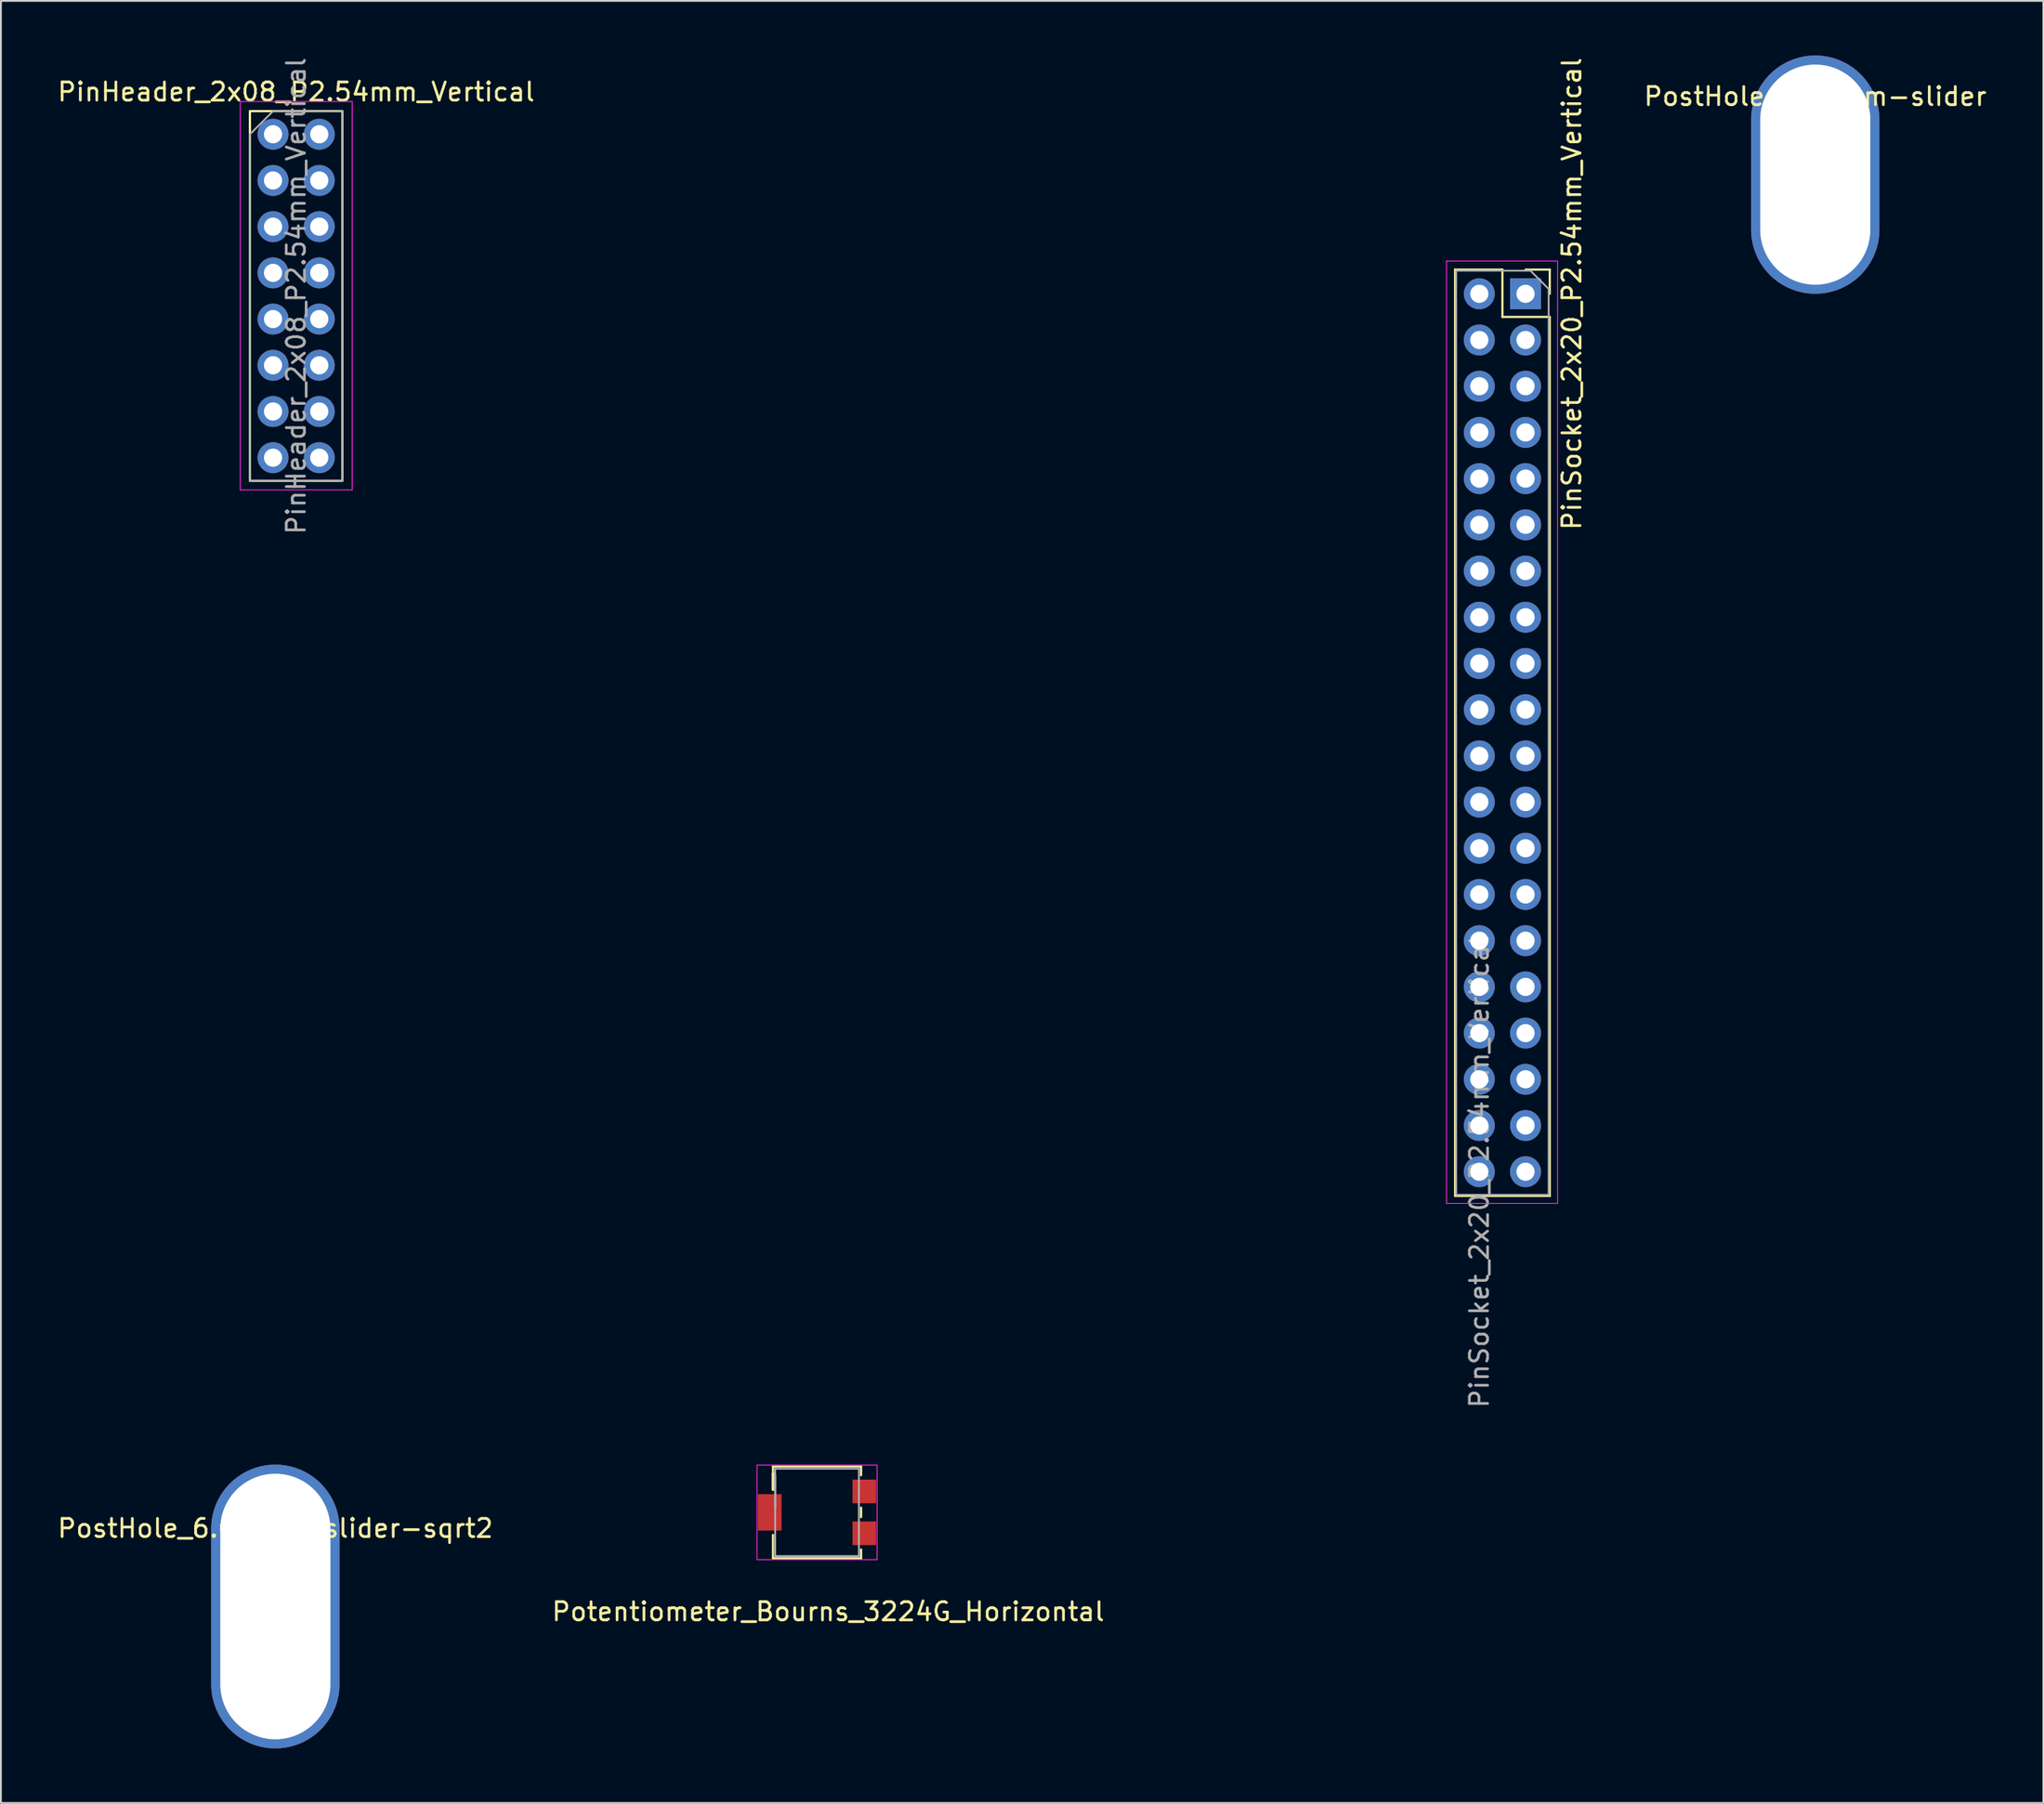
<source format=kicad_pcb>
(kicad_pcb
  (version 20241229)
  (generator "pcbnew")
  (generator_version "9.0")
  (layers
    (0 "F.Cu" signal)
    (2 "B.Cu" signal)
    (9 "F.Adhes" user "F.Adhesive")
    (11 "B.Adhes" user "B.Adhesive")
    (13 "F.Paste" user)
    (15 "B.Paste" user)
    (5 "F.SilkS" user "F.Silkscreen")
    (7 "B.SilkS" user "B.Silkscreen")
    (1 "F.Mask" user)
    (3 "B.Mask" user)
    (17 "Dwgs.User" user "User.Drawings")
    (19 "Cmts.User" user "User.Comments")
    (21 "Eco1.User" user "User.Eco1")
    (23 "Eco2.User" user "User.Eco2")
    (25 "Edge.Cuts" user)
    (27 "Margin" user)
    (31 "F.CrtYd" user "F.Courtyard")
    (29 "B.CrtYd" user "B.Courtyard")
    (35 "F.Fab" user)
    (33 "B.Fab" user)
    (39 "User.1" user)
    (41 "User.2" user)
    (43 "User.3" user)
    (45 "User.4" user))
  (footprint "PinHeader_2x08_P2.54mm_Vertical"
    (layer "F.Cu")
    (at 11.95 4.33)
    (property "Reference" "PinHeader_2x08_P2.54mm_Vertical" (at 1.27 -2.33 0) (layer "F.SilkS") (effects (font (size 1 1) (thickness 0.15))))
    (attr through_hole)
    (fp_rect (start 3.81 -1.27) (end -1.27 19.05) (stroke (width 0.127) (type solid)) (fill no) (layer "F.SilkS"))
    (fp_line (start -1.8 -1.8) (end -1.8 19.55) (stroke (width 0.05) (type solid)) (layer "F.CrtYd"))
    (fp_line (start -1.8 19.55) (end 4.35 19.55) (stroke (width 0.05) (type solid)) (layer "F.CrtYd"))
    (fp_line (start 4.35 -1.8) (end -1.8 -1.8) (stroke (width 0.05) (type solid)) (layer "F.CrtYd"))
    (fp_line (start 4.35 19.55) (end 4.35 -1.8) (stroke (width 0.05) (type solid)) (layer "F.CrtYd"))
    (fp_line (start -1.27 0) (end 0 -1.27) (stroke (width 0.1) (type solid)) (layer "F.Fab"))
    (fp_line (start -1.27 19.05) (end -1.27 0) (stroke (width 0.1) (type solid)) (layer "F.Fab"))
    (fp_line (start 0 -1.27) (end 3.81 -1.27) (stroke (width 0.1) (type solid)) (layer "F.Fab"))
    (fp_line (start 3.81 -1.27) (end 3.81 19.05) (stroke (width 0.1) (type solid)) (layer "F.Fab"))
    (fp_line (start 3.81 19.05) (end -1.27 19.05) (stroke (width 0.1) (type solid)) (layer "F.Fab"))
    (fp_text user "${REFERENCE}" (at 1.27 8.89 90) (layer "F.Fab") (effects (font (size 1 1) (thickness 0.15))))
    (pad "1" thru_hole oval (at 0 0) (size 1.7 1.7) (drill 1) (layers "*.Cu" "*.Mask"))
    (pad "2" thru_hole oval (at 2.54 0) (size 1.7 1.7) (drill 1) (layers "*.Cu" "*.Mask"))
    (pad "3" thru_hole oval (at 0 2.54) (size 1.7 1.7) (drill 1) (layers "*.Cu" "*.Mask"))
    (pad "4" thru_hole oval (at 2.54 2.54) (size 1.7 1.7) (drill 1) (layers "*.Cu" "*.Mask"))
    (pad "5" thru_hole oval (at 0 5.08) (size 1.7 1.7) (drill 1) (layers "*.Cu" "*.Mask"))
    (pad "6" thru_hole oval (at 2.54 5.08) (size 1.7 1.7) (drill 1) (layers "*.Cu" "*.Mask"))
    (pad "7" thru_hole oval (at 0 7.62) (size 1.7 1.7) (drill 1) (layers "*.Cu" "*.Mask"))
    (pad "8" thru_hole oval (at 2.54 7.62) (size 1.7 1.7) (drill 1) (layers "*.Cu" "*.Mask"))
    (pad "9" thru_hole oval (at 0 10.16) (size 1.7 1.7) (drill 1) (layers "*.Cu" "*.Mask"))
    (pad "10" thru_hole oval (at 2.54 10.16) (size 1.7 1.7) (drill 1) (layers "*.Cu" "*.Mask"))
    (pad "11" thru_hole oval (at 0 12.7) (size 1.7 1.7) (drill 1) (layers "*.Cu" "*.Mask"))
    (pad "12" thru_hole oval (at 2.54 12.7) (size 1.7 1.7) (drill 1) (layers "*.Cu" "*.Mask"))
    (pad "13" thru_hole oval (at 0 15.24) (size 1.7 1.7) (drill 1) (layers "*.Cu" "*.Mask"))
    (pad "14" thru_hole oval (at 2.54 15.24) (size 1.7 1.7) (drill 1) (layers "*.Cu" "*.Mask"))
    (pad "15" thru_hole oval (at 0 17.78) (size 1.7 1.7) (drill 1) (layers "*.Cu" "*.Mask"))
    (pad "16" thru_hole oval (at 2.54 17.78) (size 1.7 1.7) (drill 1) (layers "*.Cu" "*.Mask")))
  (footprint "PinSocket_2x20_P2.54mm_Vertical"
    (layer "F.Cu")
    (at 79.49 37.231)
    (property "Reference" "PinSocket_2x20_P2.54mm_Vertical" (at 3.81 -24.13 90) (layer "F.SilkS") (effects (font (size 1 1) (thickness 0.15))))
    (attr through_hole)
    (fp_line (start -2.6 -25.46) (end -2.6 25.46) (stroke (width 0.12) (type solid)) (layer "F.SilkS"))
    (fp_line (start -2.6 -25.46) (end 0 -25.46) (stroke (width 0.12) (type solid)) (layer "F.SilkS"))
    (fp_line (start -2.6 25.46) (end 2.6 25.46) (stroke (width 0.12) (type solid)) (layer "F.SilkS"))
    (fp_line (start 0 -25.46) (end 0 -22.86) (stroke (width 0.12) (type solid)) (layer "F.SilkS"))
    (fp_line (start 0 -22.86) (end 2.6 -22.86) (stroke (width 0.12) (type solid)) (layer "F.SilkS"))
    (fp_line (start 1.27 -25.46) (end 2.6 -25.46) (stroke (width 0.12) (type solid)) (layer "F.SilkS"))
    (fp_line (start 2.6 -25.46) (end 2.6 -24.13) (stroke (width 0.12) (type solid)) (layer "F.SilkS"))
    (fp_line (start 2.6 -22.86) (end 2.6 25.46) (stroke (width 0.12) (type solid)) (layer "F.SilkS"))
    (fp_line (start -3.07 -25.93) (end 3.03 -25.93) (stroke (width 0.05) (type solid)) (layer "F.CrtYd"))
    (fp_line (start -3.07 25.87) (end -3.07 -25.93) (stroke (width 0.05) (type solid)) (layer "F.CrtYd"))
    (fp_line (start 3.03 -25.93) (end 3.03 25.87) (stroke (width 0.05) (type solid)) (layer "F.CrtYd"))
    (fp_line (start 3.03 25.87) (end -3.07 25.87) (stroke (width 0.05) (type solid)) (layer "F.CrtYd"))
    (fp_line (start -2.54 -25.4) (end 1.54 -25.4) (stroke (width 0.1) (type solid)) (layer "F.Fab"))
    (fp_line (start -2.54 25.4) (end -2.54 -25.4) (stroke (width 0.1) (type solid)) (layer "F.Fab"))
    (fp_line (start 1.54 -25.4) (end 2.54 -24.4) (stroke (width 0.1) (type solid)) (layer "F.Fab"))
    (fp_line (start 2.54 -24.4) (end 2.54 25.4) (stroke (width 0.1) (type solid)) (layer "F.Fab"))
    (fp_line (start 2.54 25.4) (end -2.54 25.4) (stroke (width 0.1) (type solid)) (layer "F.Fab"))
    (fp_circle (center -49 -29) (end -48 -29) (stroke (width 0.1) (type default)) (fill no) (layer "User.1"))
    (fp_circle (center -49 29) (end -48 29) (stroke (width 0.1) (type default)) (fill no) (layer "User.1"))
    (fp_circle (center -23 -29) (end -22 -29) (stroke (width 0.1) (type default)) (fill no) (layer "User.1"))
    (fp_circle (center -23 29) (end -22 29) (stroke (width 0.1) (type default)) (fill no) (layer "User.1"))
    (fp_circle (center 0 -29) (end 1 -29) (stroke (width 0.1) (type default)) (fill no) (layer "User.1"))
    (fp_circle (center 0 29) (end 1 29) (stroke (width 0.1) (type default)) (fill no) (layer "User.1"))
    (fp_text user "${REFERENCE}" (at -1.27 24.13 90) (layer "F.Fab") (effects (font (size 1 1) (thickness 0.15))))
    (pad "1" thru_hole rect (at 1.27 -24.13) (size 1.7 1.7) (drill 1) (layers "*.Cu" "*.Mask"))
    (pad "2" thru_hole oval (at -1.27 -24.13) (size 1.7 1.7) (drill 1) (layers "*.Cu" "*.Mask"))
    (pad "3" thru_hole oval (at 1.27 -21.59) (size 1.7 1.7) (drill 1) (layers "*.Cu" "*.Mask"))
    (pad "4" thru_hole oval (at -1.27 -21.59) (size 1.7 1.7) (drill 1) (layers "*.Cu" "*.Mask"))
    (pad "5" thru_hole oval (at 1.27 -19.05) (size 1.7 1.7) (drill 1) (layers "*.Cu" "*.Mask"))
    (pad "6" thru_hole oval (at -1.27 -19.05) (size 1.7 1.7) (drill 1) (layers "*.Cu" "*.Mask"))
    (pad "7" thru_hole oval (at 1.27 -16.51) (size 1.7 1.7) (drill 1) (layers "*.Cu" "*.Mask"))
    (pad "8" thru_hole oval (at -1.27 -16.51) (size 1.7 1.7) (drill 1) (layers "*.Cu" "*.Mask"))
    (pad "9" thru_hole oval (at 1.27 -13.97) (size 1.7 1.7) (drill 1) (layers "*.Cu" "*.Mask"))
    (pad "10" thru_hole oval (at -1.27 -13.97) (size 1.7 1.7) (drill 1) (layers "*.Cu" "*.Mask"))
    (pad "11" thru_hole oval (at 1.27 -11.43) (size 1.7 1.7) (drill 1) (layers "*.Cu" "*.Mask"))
    (pad "12" thru_hole oval (at -1.27 -11.43) (size 1.7 1.7) (drill 1) (layers "*.Cu" "*.Mask"))
    (pad "13" thru_hole oval (at 1.27 -8.89) (size 1.7 1.7) (drill 1) (layers "*.Cu" "*.Mask"))
    (pad "14" thru_hole oval (at -1.27 -8.89) (size 1.7 1.7) (drill 1) (layers "*.Cu" "*.Mask"))
    (pad "15" thru_hole oval (at 1.27 -6.35) (size 1.7 1.7) (drill 1) (layers "*.Cu" "*.Mask"))
    (pad "16" thru_hole oval (at -1.27 -6.35) (size 1.7 1.7) (drill 1) (layers "*.Cu" "*.Mask"))
    (pad "17" thru_hole oval (at 1.27 -3.81) (size 1.7 1.7) (drill 1) (layers "*.Cu" "*.Mask"))
    (pad "18" thru_hole oval (at -1.27 -3.81) (size 1.7 1.7) (drill 1) (layers "*.Cu" "*.Mask"))
    (pad "19" thru_hole oval (at 1.27 -1.27) (size 1.7 1.7) (drill 1) (layers "*.Cu" "*.Mask"))
    (pad "20" thru_hole oval (at -1.27 -1.27) (size 1.7 1.7) (drill 1) (layers "*.Cu" "*.Mask"))
    (pad "21" thru_hole oval (at 1.27 1.27) (size 1.7 1.7) (drill 1) (layers "*.Cu" "*.Mask"))
    (pad "22" thru_hole oval (at -1.27 1.27) (size 1.7 1.7) (drill 1) (layers "*.Cu" "*.Mask"))
    (pad "23" thru_hole oval (at 1.27 3.81) (size 1.7 1.7) (drill 1) (layers "*.Cu" "*.Mask"))
    (pad "24" thru_hole oval (at -1.27 3.81) (size 1.7 1.7) (drill 1) (layers "*.Cu" "*.Mask"))
    (pad "25" thru_hole oval (at 1.27 6.35) (size 1.7 1.7) (drill 1) (layers "*.Cu" "*.Mask"))
    (pad "26" thru_hole oval (at -1.27 6.35) (size 1.7 1.7) (drill 1) (layers "*.Cu" "*.Mask"))
    (pad "27" thru_hole oval (at 1.27 8.89) (size 1.7 1.7) (drill 1) (layers "*.Cu" "*.Mask"))
    (pad "28" thru_hole oval (at -1.27 8.89) (size 1.7 1.7) (drill 1) (layers "*.Cu" "*.Mask"))
    (pad "29" thru_hole oval (at 1.27 11.43) (size 1.7 1.7) (drill 1) (layers "*.Cu" "*.Mask"))
    (pad "30" thru_hole oval (at -1.27 11.43) (size 1.7 1.7) (drill 1) (layers "*.Cu" "*.Mask"))
    (pad "31" thru_hole oval (at 1.27 13.97) (size 1.7 1.7) (drill 1) (layers "*.Cu" "*.Mask"))
    (pad "32" thru_hole oval (at -1.27 13.97) (size 1.7 1.7) (drill 1) (layers "*.Cu" "*.Mask"))
    (pad "33" thru_hole oval (at 1.27 16.51) (size 1.7 1.7) (drill 1) (layers "*.Cu" "*.Mask"))
    (pad "34" thru_hole oval (at -1.27 16.51) (size 1.7 1.7) (drill 1) (layers "*.Cu" "*.Mask"))
    (pad "35" thru_hole oval (at 1.27 19.05) (size 1.7 1.7) (drill 1) (layers "*.Cu" "*.Mask"))
    (pad "36" thru_hole oval (at -1.27 19.05) (size 1.7 1.7) (drill 1) (layers "*.Cu" "*.Mask"))
    (pad "37" thru_hole oval (at 1.27 21.59) (size 1.7 1.7) (drill 1) (layers "*.Cu" "*.Mask"))
    (pad "38" thru_hole oval (at -1.27 21.59) (size 1.7 1.7) (drill 1) (layers "*.Cu" "*.Mask"))
    (pad "39" thru_hole oval (at 1.27 24.13) (size 1.7 1.7) (drill 1) (layers "*.Cu" "*.Mask"))
    (pad "40" thru_hole oval (at -1.27 24.13) (size 1.7 1.7) (drill 1) (layers "*.Cu" "*.Mask")))
  (footprint "Potentiometer_Bourns_3224G_Horizontal"
    (layer "F.Cu")
    (at 41.836 80.087)
    (property "Reference" "Potentiometer_Bourns_3224G_Horizontal" (at 0.61 5.455 180) (layer "F.SilkS") (effects (font (size 1 1) (thickness 0.15))))
    (attr smd)
    (fp_line (start -2.42 -2.52) (end -2.42 -1.24) (stroke (width 0.12) (type solid)) (layer "F.SilkS"))
    (fp_line (start -2.42 -2.52) (end 2.42 -2.52) (stroke (width 0.12) (type solid)) (layer "F.SilkS"))
    (fp_line (start -2.42 -2.14) (end -2.42 -2.14) (stroke (width 0.12) (type solid)) (layer "F.SilkS"))
    (fp_line (start -2.42 -2.14) (end -2.42 -1.24) (stroke (width 0.12) (type solid)) (layer "F.SilkS"))
    (fp_line (start -2.42 -2.14) (end -2.42 -1.24) (stroke (width 0.12) (type solid)) (layer "F.SilkS"))
    (fp_line (start -2.42 1.24) (end -2.42 2.52) (stroke (width 0.12) (type solid)) (layer "F.SilkS"))
    (fp_line (start -2.42 2.52) (end 2.42 2.52) (stroke (width 0.12) (type solid)) (layer "F.SilkS"))
    (fp_line (start 2.42 -2.52) (end 2.42 -2.04) (stroke (width 0.12) (type solid)) (layer "F.SilkS"))
    (fp_line (start 2.42 -0.26) (end 2.42 0.26) (stroke (width 0.12) (type solid)) (layer "F.SilkS"))
    (fp_line (start 2.42 2.04) (end 2.42 2.52) (stroke (width 0.12) (type solid)) (layer "F.SilkS"))
    (fp_rect (start -3.3 -2.6) (end 3.3 2.6) (stroke (width 0.05) (type solid)) (fill no) (layer "F.CrtYd"))
    (fp_line (start -2.3 -2.4) (end -2.3 2.4) (stroke (width 0.1) (type solid)) (layer "F.Fab"))
    (fp_line (start -2.3 -2.02) (end -2.3 -2.02) (stroke (width 0.1) (type solid)) (layer "F.Fab"))
    (fp_line (start -2.3 -2.02) (end -2.3 -0.24) (stroke (width 0.1) (type solid)) (layer "F.Fab"))
    (fp_line (start -2.3 -1.13) (end -2.3 -1.13) (stroke (width 0.1) (type solid)) (layer "F.Fab"))
    (fp_line (start -2.3 -0.24) (end -2.3 -2.02) (stroke (width 0.1) (type solid)) (layer "F.Fab"))
    (fp_line (start -2.3 -0.24) (end -2.3 -0.24) (stroke (width 0.1) (type solid)) (layer "F.Fab"))
    (fp_line (start -2.3 2.4) (end 2.3 2.4) (stroke (width 0.1) (type solid)) (layer "F.Fab"))
    (fp_line (start 2.3 -2.4) (end -2.3 -2.4) (stroke (width 0.1) (type solid)) (layer "F.Fab"))
    (fp_line (start 2.3 2.4) (end 2.3 -2.4) (stroke (width 0.1) (type solid)) (layer "F.Fab"))
    (pad "1" smd rect (at 2.6 -1.15) (size 1.3 1.3) (layers "F.Cu" "F.Mask" "F.Paste"))
    (pad "2" smd rect (at -2.6 0) (size 1.3 2) (layers "F.Cu" "F.Mask" "F.Paste"))
    (pad "3" smd rect (at 2.6 1.15) (size 1.3 1.3) (layers "F.Cu" "F.Mask" "F.Paste")))
  (footprint "PostHole_6.05mm-slider-sqrt2"
    (layer "F.Cu")
    (at 12.077 85.262)
    (property "Reference" "PostHole_6.05mm-slider-sqrt2" (at 0 -4.3 0) (layer "F.SilkS") (effects (font (size 1 1) (thickness 0.15))))
    (attr exclude_from_pos_files exclude_from_bom)
    (fp_circle (center 0 0) (end 2.54 0) (stroke (width 0.15) (type solid)) (fill no) (layer "Cmts.User"))
    (fp_circle (center 0 0) (end 2.54 0) (stroke (width 0.05) (type solid)) (fill no) (layer "F.CrtYd"))
    (pad "1" thru_hole oval (at 0 0) (size 7.05 15.6) (drill oval 6.05 14.6) (layers "*.Cu" "*.Mask")))
  (footprint "PostHole_6.05mm-slider"
    (layer "F.Cu")
    (at 96.678 6.55)
    (property "Reference" "PostHole_6.05mm-slider" (at 0 -4.3 0) (layer "F.SilkS") (effects (font (size 1 1) (thickness 0.15))))
    (attr exclude_from_pos_files exclude_from_bom)
    (fp_circle (center 0 0) (end 2.54 0) (stroke (width 0.15) (type solid)) (fill no) (layer "Cmts.User"))
    (fp_circle (center 0 0) (end 2.54 0) (stroke (width 0.05) (type solid)) (fill no) (layer "F.CrtYd"))
    (pad "1" thru_hole oval (at 0 0) (size 7.05 13.1) (drill oval 6.05 12.1) (layers "*.Cu" "*.Mask")))
  (gr_rect
    (start -3 -3)
    (end 109.208 96.062)
    (stroke (width 0.1) (type default))
    (fill no)
    (layer "Edge.Cuts")))
</source>
